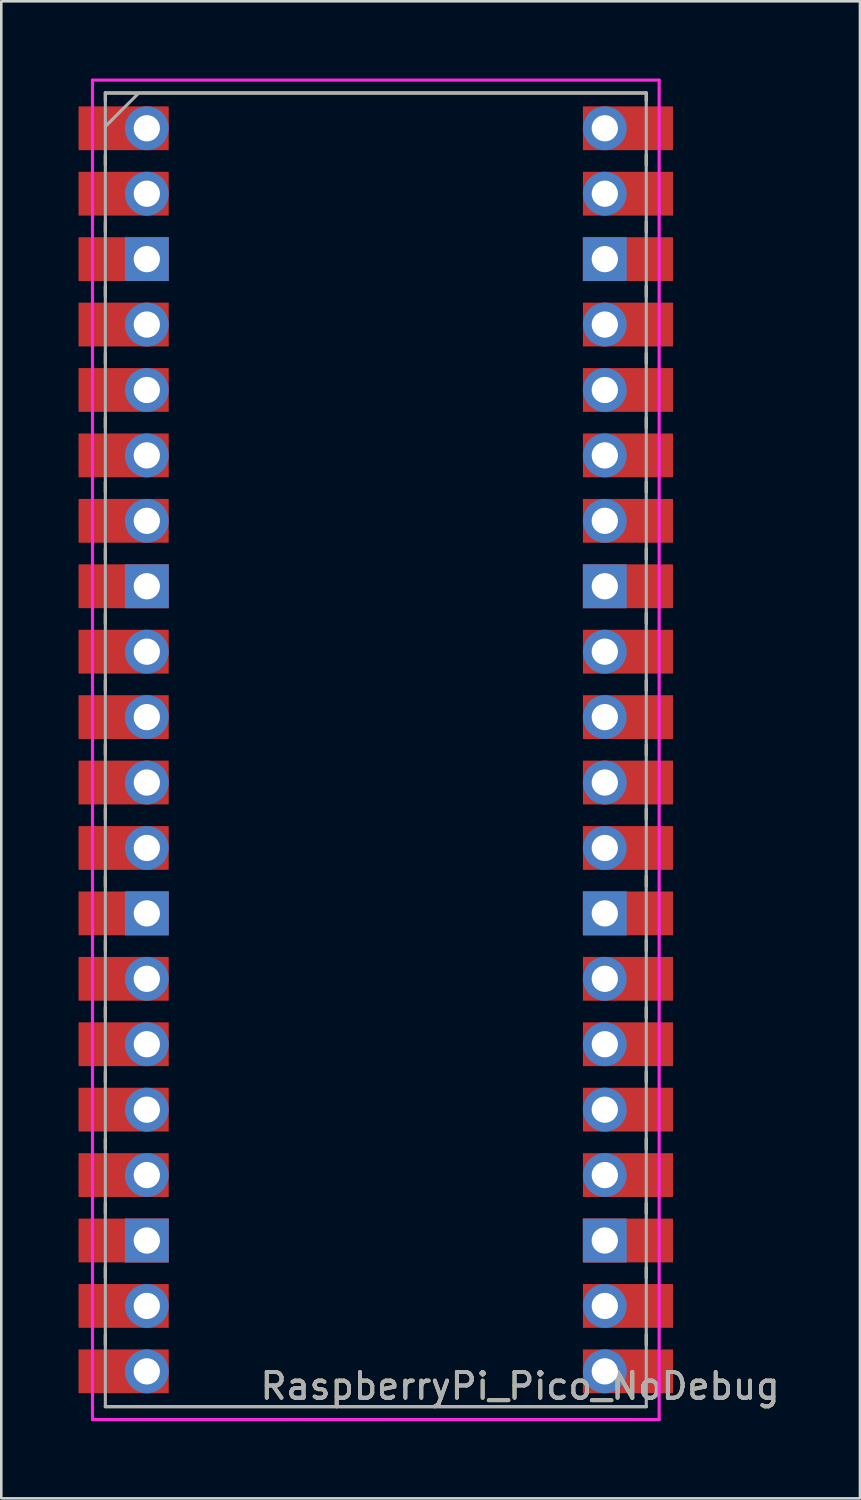
<source format=kicad_pcb>
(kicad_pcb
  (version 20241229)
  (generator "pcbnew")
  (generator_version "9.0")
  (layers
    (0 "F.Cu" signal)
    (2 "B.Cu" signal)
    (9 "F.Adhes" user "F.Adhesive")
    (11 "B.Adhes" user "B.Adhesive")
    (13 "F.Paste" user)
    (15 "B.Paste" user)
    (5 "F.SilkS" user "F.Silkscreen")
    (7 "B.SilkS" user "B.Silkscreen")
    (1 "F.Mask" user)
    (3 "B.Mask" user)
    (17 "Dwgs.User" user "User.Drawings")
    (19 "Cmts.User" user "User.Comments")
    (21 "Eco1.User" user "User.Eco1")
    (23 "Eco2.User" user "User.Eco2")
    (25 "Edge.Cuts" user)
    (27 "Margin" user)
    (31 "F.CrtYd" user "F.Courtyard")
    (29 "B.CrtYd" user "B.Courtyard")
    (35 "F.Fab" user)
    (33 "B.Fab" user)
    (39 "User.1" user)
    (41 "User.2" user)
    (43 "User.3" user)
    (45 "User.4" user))
  (footprint "RaspberryPi_Pico_NoDebug"
    (layer "F.Cu")
    (at 11.54 26.06)
    (property "Reference" "RaspberryPi_Pico_NoDebug" (at 5.6 24.7 0) (layer "F.SilkS") (effects (font (size 1 1) (thickness 0.15))))
    (attr smd)
    (fp_line (start -10.5 -25.5) (end -10.5 -25.2) (stroke (width 0.12) (type solid)) (layer "F.SilkS"))
    (fp_line (start -10.5 -25.5) (end 10.5 -25.5) (stroke (width 0.12) (type solid)) (layer "F.SilkS"))
    (fp_line (start -10.5 -23.1) (end -10.5 -22.7) (stroke (width 0.12) (type solid)) (layer "F.SilkS"))
    (fp_line (start -10.5 -20.5) (end -10.5 -20.1) (stroke (width 0.12) (type solid)) (layer "F.SilkS"))
    (fp_line (start -10.5 -18) (end -10.5 -17.6) (stroke (width 0.12) (type solid)) (layer "F.SilkS"))
    (fp_line (start -10.5 -15.4) (end -10.5 -15) (stroke (width 0.12) (type solid)) (layer "F.SilkS"))
    (fp_line (start -10.5 -12.9) (end -10.5 -12.5) (stroke (width 0.12) (type solid)) (layer "F.SilkS"))
    (fp_line (start -10.5 -10.4) (end -10.5 -10) (stroke (width 0.12) (type solid)) (layer "F.SilkS"))
    (fp_line (start -10.5 -7.8) (end -10.5 -7.4) (stroke (width 0.12) (type solid)) (layer "F.SilkS"))
    (fp_line (start -10.5 -5.3) (end -10.5 -4.9) (stroke (width 0.12) (type solid)) (layer "F.SilkS"))
    (fp_line (start -10.5 -2.7) (end -10.5 -2.3) (stroke (width 0.12) (type solid)) (layer "F.SilkS"))
    (fp_line (start -10.5 -0.2) (end -10.5 0.2) (stroke (width 0.12) (type solid)) (layer "F.SilkS"))
    (fp_line (start -10.5 2.3) (end -10.5 2.7) (stroke (width 0.12) (type solid)) (layer "F.SilkS"))
    (fp_line (start -10.5 4.9) (end -10.5 5.3) (stroke (width 0.12) (type solid)) (layer "F.SilkS"))
    (fp_line (start -10.5 7.4) (end -10.5 7.8) (stroke (width 0.12) (type solid)) (layer "F.SilkS"))
    (fp_line (start -10.5 10) (end -10.5 10.4) (stroke (width 0.12) (type solid)) (layer "F.SilkS"))
    (fp_line (start -10.5 12.5) (end -10.5 12.9) (stroke (width 0.12) (type solid)) (layer "F.SilkS"))
    (fp_line (start -10.5 15.1) (end -10.5 15.5) (stroke (width 0.12) (type solid)) (layer "F.SilkS"))
    (fp_line (start -10.5 17.6) (end -10.5 18) (stroke (width 0.12) (type solid)) (layer "F.SilkS"))
    (fp_line (start -10.5 20.1) (end -10.5 20.5) (stroke (width 0.12) (type solid)) (layer "F.SilkS"))
    (fp_line (start -10.5 22.7) (end -10.5 23.1) (stroke (width 0.12) (type solid)) (layer "F.SilkS"))
    (fp_line (start 10.5 -25.5) (end 10.5 -25.2) (stroke (width 0.12) (type solid)) (layer "F.SilkS"))
    (fp_line (start 10.5 -23.1) (end 10.5 -22.7) (stroke (width 0.12) (type solid)) (layer "F.SilkS"))
    (fp_line (start 10.5 -20.5) (end 10.5 -20.1) (stroke (width 0.12) (type solid)) (layer "F.SilkS"))
    (fp_line (start 10.5 -18) (end 10.5 -17.6) (stroke (width 0.12) (type solid)) (layer "F.SilkS"))
    (fp_line (start 10.5 -15.4) (end 10.5 -15) (stroke (width 0.12) (type solid)) (layer "F.SilkS"))
    (fp_line (start 10.5 -12.9) (end 10.5 -12.5) (stroke (width 0.12) (type solid)) (layer "F.SilkS"))
    (fp_line (start 10.5 -10.4) (end 10.5 -10) (stroke (width 0.12) (type solid)) (layer "F.SilkS"))
    (fp_line (start 10.5 -7.8) (end 10.5 -7.4) (stroke (width 0.12) (type solid)) (layer "F.SilkS"))
    (fp_line (start 10.5 -5.3) (end 10.5 -4.9) (stroke (width 0.12) (type solid)) (layer "F.SilkS"))
    (fp_line (start 10.5 -2.7) (end 10.5 -2.3) (stroke (width 0.12) (type solid)) (layer "F.SilkS"))
    (fp_line (start 10.5 -0.2) (end 10.5 0.2) (stroke (width 0.12) (type solid)) (layer "F.SilkS"))
    (fp_line (start 10.5 2.3) (end 10.5 2.7) (stroke (width 0.12) (type solid)) (layer "F.SilkS"))
    (fp_line (start 10.5 4.9) (end 10.5 5.3) (stroke (width 0.12) (type solid)) (layer "F.SilkS"))
    (fp_line (start 10.5 7.4) (end 10.5 7.8) (stroke (width 0.12) (type solid)) (layer "F.SilkS"))
    (fp_line (start 10.5 10) (end 10.5 10.4) (stroke (width 0.12) (type solid)) (layer "F.SilkS"))
    (fp_line (start 10.5 12.5) (end 10.5 12.9) (stroke (width 0.12) (type solid)) (layer "F.SilkS"))
    (fp_line (start 10.5 15.1) (end 10.5 15.5) (stroke (width 0.12) (type solid)) (layer "F.SilkS"))
    (fp_line (start 10.5 17.6) (end 10.5 18) (stroke (width 0.12) (type solid)) (layer "F.SilkS"))
    (fp_line (start 10.5 20.1) (end 10.5 20.5) (stroke (width 0.12) (type solid)) (layer "F.SilkS"))
    (fp_line (start 10.5 22.7) (end 10.5 23.1) (stroke (width 0.12) (type solid)) (layer "F.SilkS"))
    (fp_line (start 10.5 25.5) (end -10.5 25.5) (stroke (width 0.12) (type solid)) (layer "F.SilkS"))
    (fp_line (start -11 -26) (end 11 -26) (stroke (width 0.12) (type solid)) (layer "F.CrtYd"))
    (fp_line (start -11 26) (end -11 -26) (stroke (width 0.12) (type solid)) (layer "F.CrtYd"))
    (fp_line (start 11 -26) (end 11 26) (stroke (width 0.12) (type solid)) (layer "F.CrtYd"))
    (fp_line (start 11 26) (end -11 26) (stroke (width 0.12) (type solid)) (layer "F.CrtYd"))
    (fp_line (start -10.5 -25.5) (end 10.5 -25.5) (stroke (width 0.12) (type solid)) (layer "F.Fab"))
    (fp_line (start -10.5 -24.2) (end -9.2 -25.5) (stroke (width 0.12) (type solid)) (layer "F.Fab"))
    (fp_line (start -10.5 25.5) (end -10.5 -25.5) (stroke (width 0.12) (type solid)) (layer "F.Fab"))
    (fp_line (start 10.5 -25.5) (end 10.5 25.5) (stroke (width 0.12) (type solid)) (layer "F.Fab"))
    (fp_line (start 10.5 25.5) (end -10.5 25.5) (stroke (width 0.12) (type solid)) (layer "F.Fab"))
    (fp_text user "${REFERENCE}" (at 5.6 24.7 180) (layer "F.Fab") (effects (font (size 1 1) (thickness 0.15))))
    (pad "1" thru_hole oval (at -8.89 -24.13) (size 1.7 1.7) (drill 1.02) (layers "*.Cu" "*.Mask"))
    (pad "1" smd rect (at -8.89 -24.13) (size 3.5 1.7) (drill (offset -0.9 0)) (layers "F.Cu" "F.Mask"))
    (pad "2" thru_hole oval (at -8.89 -21.59) (size 1.7 1.7) (drill 1.02) (layers "*.Cu" "*.Mask"))
    (pad "2" smd rect (at -8.89 -21.59) (size 3.5 1.7) (drill (offset -0.9 0)) (layers "F.Cu" "F.Mask"))
    (pad "3" thru_hole rect (at -8.89 -19.05) (size 1.7 1.7) (drill 1.02) (layers "*.Cu" "*.Mask"))
    (pad "3" smd rect (at -8.89 -19.05) (size 3.5 1.7) (drill (offset -0.9 0)) (layers "F.Cu" "F.Mask"))
    (pad "4" thru_hole oval (at -8.89 -16.51) (size 1.7 1.7) (drill 1.02) (layers "*.Cu" "*.Mask"))
    (pad "4" smd rect (at -8.89 -16.51) (size 3.5 1.7) (drill (offset -0.9 0)) (layers "F.Cu" "F.Mask"))
    (pad "5" thru_hole oval (at -8.89 -13.97) (size 1.7 1.7) (drill 1.02) (layers "*.Cu" "*.Mask"))
    (pad "5" smd rect (at -8.89 -13.97) (size 3.5 1.7) (drill (offset -0.9 0)) (layers "F.Cu" "F.Mask"))
    (pad "6" thru_hole oval (at -8.89 -11.43) (size 1.7 1.7) (drill 1.02) (layers "*.Cu" "*.Mask"))
    (pad "6" smd rect (at -8.89 -11.43) (size 3.5 1.7) (drill (offset -0.9 0)) (layers "F.Cu" "F.Mask"))
    (pad "7" thru_hole oval (at -8.89 -8.89) (size 1.7 1.7) (drill 1.02) (layers "*.Cu" "*.Mask"))
    (pad "7" smd rect (at -8.89 -8.89) (size 3.5 1.7) (drill (offset -0.9 0)) (layers "F.Cu" "F.Mask"))
    (pad "8" thru_hole rect (at -8.89 -6.35) (size 1.7 1.7) (drill 1.02) (layers "*.Cu" "*.Mask"))
    (pad "8" smd rect (at -8.89 -6.35) (size 3.5 1.7) (drill (offset -0.9 0)) (layers "F.Cu" "F.Mask"))
    (pad "9" thru_hole oval (at -8.89 -3.81) (size 1.7 1.7) (drill 1.02) (layers "*.Cu" "*.Mask"))
    (pad "9" smd rect (at -8.89 -3.81) (size 3.5 1.7) (drill (offset -0.9 0)) (layers "F.Cu" "F.Mask"))
    (pad "10" thru_hole oval (at -8.89 -1.27) (size 1.7 1.7) (drill 1.02) (layers "*.Cu" "*.Mask"))
    (pad "10" smd rect (at -8.89 -1.27) (size 3.5 1.7) (drill (offset -0.9 0)) (layers "F.Cu" "F.Mask"))
    (pad "11" thru_hole oval (at -8.89 1.27) (size 1.7 1.7) (drill 1.02) (layers "*.Cu" "*.Mask"))
    (pad "11" smd rect (at -8.89 1.27) (size 3.5 1.7) (drill (offset -0.9 0)) (layers "F.Cu" "F.Mask"))
    (pad "12" thru_hole oval (at -8.89 3.81) (size 1.7 1.7) (drill 1.02) (layers "*.Cu" "*.Mask"))
    (pad "12" smd rect (at -8.89 3.81) (size 3.5 1.7) (drill (offset -0.9 0)) (layers "F.Cu" "F.Mask"))
    (pad "13" thru_hole rect (at -8.89 6.35) (size 1.7 1.7) (drill 1.02) (layers "*.Cu" "*.Mask"))
    (pad "13" smd rect (at -8.89 6.35) (size 3.5 1.7) (drill (offset -0.9 0)) (layers "F.Cu" "F.Mask"))
    (pad "14" thru_hole oval (at -8.89 8.89) (size 1.7 1.7) (drill 1.02) (layers "*.Cu" "*.Mask"))
    (pad "14" smd rect (at -8.89 8.89) (size 3.5 1.7) (drill (offset -0.9 0)) (layers "F.Cu" "F.Mask"))
    (pad "15" thru_hole oval (at -8.89 11.43) (size 1.7 1.7) (drill 1.02) (layers "*.Cu" "*.Mask"))
    (pad "15" smd rect (at -8.89 11.43) (size 3.5 1.7) (drill (offset -0.9 0)) (layers "F.Cu" "F.Mask"))
    (pad "16" thru_hole oval (at -8.89 13.97) (size 1.7 1.7) (drill 1.02) (layers "*.Cu" "*.Mask"))
    (pad "16" smd rect (at -8.89 13.97) (size 3.5 1.7) (drill (offset -0.9 0)) (layers "F.Cu" "F.Mask"))
    (pad "17" thru_hole oval (at -8.89 16.51) (size 1.7 1.7) (drill 1.02) (layers "*.Cu" "*.Mask"))
    (pad "17" smd rect (at -8.89 16.51) (size 3.5 1.7) (drill (offset -0.9 0)) (layers "F.Cu" "F.Mask"))
    (pad "18" thru_hole rect (at -8.89 19.05) (size 1.7 1.7) (drill 1.02) (layers "*.Cu" "*.Mask"))
    (pad "18" smd rect (at -8.89 19.05) (size 3.5 1.7) (drill (offset -0.9 0)) (layers "F.Cu" "F.Mask"))
    (pad "19" thru_hole oval (at -8.89 21.59) (size 1.7 1.7) (drill 1.02) (layers "*.Cu" "*.Mask"))
    (pad "19" smd rect (at -8.89 21.59) (size 3.5 1.7) (drill (offset -0.9 0)) (layers "F.Cu" "F.Mask"))
    (pad "20" thru_hole oval (at -8.89 24.13) (size 1.7 1.7) (drill 1.02) (layers "*.Cu" "*.Mask"))
    (pad "20" smd rect (at -8.89 24.13) (size 3.5 1.7) (drill (offset -0.9 0)) (layers "F.Cu" "F.Mask"))
    (pad "21" thru_hole oval (at 8.89 24.13) (size 1.7 1.7) (drill 1.02) (layers "*.Cu" "*.Mask"))
    (pad "21" smd rect (at 8.89 24.13) (size 3.5 1.7) (drill (offset 0.9 0)) (layers "F.Cu" "F.Mask"))
    (pad "22" thru_hole oval (at 8.89 21.59) (size 1.7 1.7) (drill 1.02) (layers "*.Cu" "*.Mask"))
    (pad "22" smd rect (at 8.89 21.59) (size 3.5 1.7) (drill (offset 0.9 0)) (layers "F.Cu" "F.Mask"))
    (pad "23" thru_hole rect (at 8.89 19.05) (size 1.7 1.7) (drill 1.02) (layers "*.Cu" "*.Mask"))
    (pad "23" smd rect (at 8.89 19.05) (size 3.5 1.7) (drill (offset 0.9 0)) (layers "F.Cu" "F.Mask"))
    (pad "24" thru_hole oval (at 8.89 16.51) (size 1.7 1.7) (drill 1.02) (layers "*.Cu" "*.Mask"))
    (pad "24" smd rect (at 8.89 16.51) (size 3.5 1.7) (drill (offset 0.9 0)) (layers "F.Cu" "F.Mask"))
    (pad "25" thru_hole oval (at 8.89 13.97) (size 1.7 1.7) (drill 1.02) (layers "*.Cu" "*.Mask"))
    (pad "25" smd rect (at 8.89 13.97) (size 3.5 1.7) (drill (offset 0.9 0)) (layers "F.Cu" "F.Mask"))
    (pad "26" thru_hole oval (at 8.89 11.43) (size 1.7 1.7) (drill 1.02) (layers "*.Cu" "*.Mask"))
    (pad "26" smd rect (at 8.89 11.43) (size 3.5 1.7) (drill (offset 0.9 0)) (layers "F.Cu" "F.Mask"))
    (pad "27" thru_hole oval (at 8.89 8.89) (size 1.7 1.7) (drill 1.02) (layers "*.Cu" "*.Mask"))
    (pad "27" smd rect (at 8.89 8.89) (size 3.5 1.7) (drill (offset 0.9 0)) (layers "F.Cu" "F.Mask"))
    (pad "28" thru_hole rect (at 8.89 6.35) (size 1.7 1.7) (drill 1.02) (layers "*.Cu" "*.Mask"))
    (pad "28" smd rect (at 8.89 6.35) (size 3.5 1.7) (drill (offset 0.9 0)) (layers "F.Cu" "F.Mask"))
    (pad "29" thru_hole oval (at 8.89 3.81) (size 1.7 1.7) (drill 1.02) (layers "*.Cu" "*.Mask"))
    (pad "29" smd rect (at 8.89 3.81) (size 3.5 1.7) (drill (offset 0.9 0)) (layers "F.Cu" "F.Mask"))
    (pad "30" thru_hole oval (at 8.89 1.27) (size 1.7 1.7) (drill 1.02) (layers "*.Cu" "*.Mask"))
    (pad "30" smd rect (at 8.89 1.27) (size 3.5 1.7) (drill (offset 0.9 0)) (layers "F.Cu" "F.Mask"))
    (pad "31" thru_hole oval (at 8.89 -1.27) (size 1.7 1.7) (drill 1.02) (layers "*.Cu" "*.Mask"))
    (pad "31" smd rect (at 8.89 -1.27) (size 3.5 1.7) (drill (offset 0.9 0)) (layers "F.Cu" "F.Mask"))
    (pad "32" thru_hole oval (at 8.89 -3.81) (size 1.7 1.7) (drill 1.02) (layers "*.Cu" "*.Mask"))
    (pad "32" smd rect (at 8.89 -3.81) (size 3.5 1.7) (drill (offset 0.9 0)) (layers "F.Cu" "F.Mask"))
    (pad "33" thru_hole rect (at 8.89 -6.35) (size 1.7 1.7) (drill 1.02) (layers "*.Cu" "*.Mask"))
    (pad "33" smd rect (at 8.89 -6.35) (size 3.5 1.7) (drill (offset 0.9 0)) (layers "F.Cu" "F.Mask"))
    (pad "34" thru_hole oval (at 8.89 -8.89) (size 1.7 1.7) (drill 1.02) (layers "*.Cu" "*.Mask"))
    (pad "34" smd rect (at 8.89 -8.89) (size 3.5 1.7) (drill (offset 0.9 0)) (layers "F.Cu" "F.Mask"))
    (pad "35" thru_hole oval (at 8.89 -11.43) (size 1.7 1.7) (drill 1.02) (layers "*.Cu" "*.Mask"))
    (pad "35" smd rect (at 8.89 -11.43) (size 3.5 1.7) (drill (offset 0.9 0)) (layers "F.Cu" "F.Mask"))
    (pad "36" thru_hole oval (at 8.89 -13.97) (size 1.7 1.7) (drill 1.02) (layers "*.Cu" "*.Mask"))
    (pad "36" smd rect (at 8.89 -13.97) (size 3.5 1.7) (drill (offset 0.9 0)) (layers "F.Cu" "F.Mask"))
    (pad "37" thru_hole oval (at 8.89 -16.51) (size 1.7 1.7) (drill 1.02) (layers "*.Cu" "*.Mask"))
    (pad "37" smd rect (at 8.89 -16.51) (size 3.5 1.7) (drill (offset 0.9 0)) (layers "F.Cu" "F.Mask"))
    (pad "38" thru_hole rect (at 8.89 -19.05) (size 1.7 1.7) (drill 1.02) (layers "*.Cu" "*.Mask"))
    (pad "38" smd rect (at 8.89 -19.05) (size 3.5 1.7) (drill (offset 0.9 0)) (layers "F.Cu" "F.Mask"))
    (pad "39" thru_hole oval (at 8.89 -21.59) (size 1.7 1.7) (drill 1.02) (layers "*.Cu" "*.Mask"))
    (pad "39" smd rect (at 8.89 -21.59) (size 3.5 1.7) (drill (offset 0.9 0)) (layers "F.Cu" "F.Mask"))
    (pad "40" thru_hole oval (at 8.89 -24.13) (size 1.7 1.7) (drill 1.02) (layers "*.Cu" "*.Mask"))
    (pad "40" smd rect (at 8.89 -24.13) (size 3.5 1.7) (drill (offset 0.9 0)) (layers "F.Cu" "F.Mask"))
    (zone (net_name "") (layer "F.Cu") (hatch edge 0.508) (connect_pads) (min_thickness 0.254) (filled_areas_thickness no) (keepout (tracks not_allowed) (vias not_allowed) (pads not_allowed) (copperpour not_allowed) (footprints allowed)) (placement (enabled no)) (fill) (polygon (pts (xy 10.14 14.66) (xy 7.94 14.66) (xy 7.94 7.46) (xy 10.14 7.46))))
    (zone (net_name "") (layer "F.Cu") (hatch edge 0.508) (connect_pads) (min_thickness 0.254) (filled_areas_thickness no) (keepout (tracks not_allowed) (vias not_allowed) (pads not_allowed) (copperpour not_allowed) (footprints allowed)) (placement (enabled no)) (fill) (polygon (pts (xy 15.34 5.96) (xy 7.74 5.96) (xy 7.74 1.06) (xy 15.34 1.06)))))
  (gr_rect
    (start -3 -3)
    (end 30.336 55.12)
    (stroke (width 0.1) (type default))
    (fill no)
    (layer "Edge.Cuts")))
</source>
